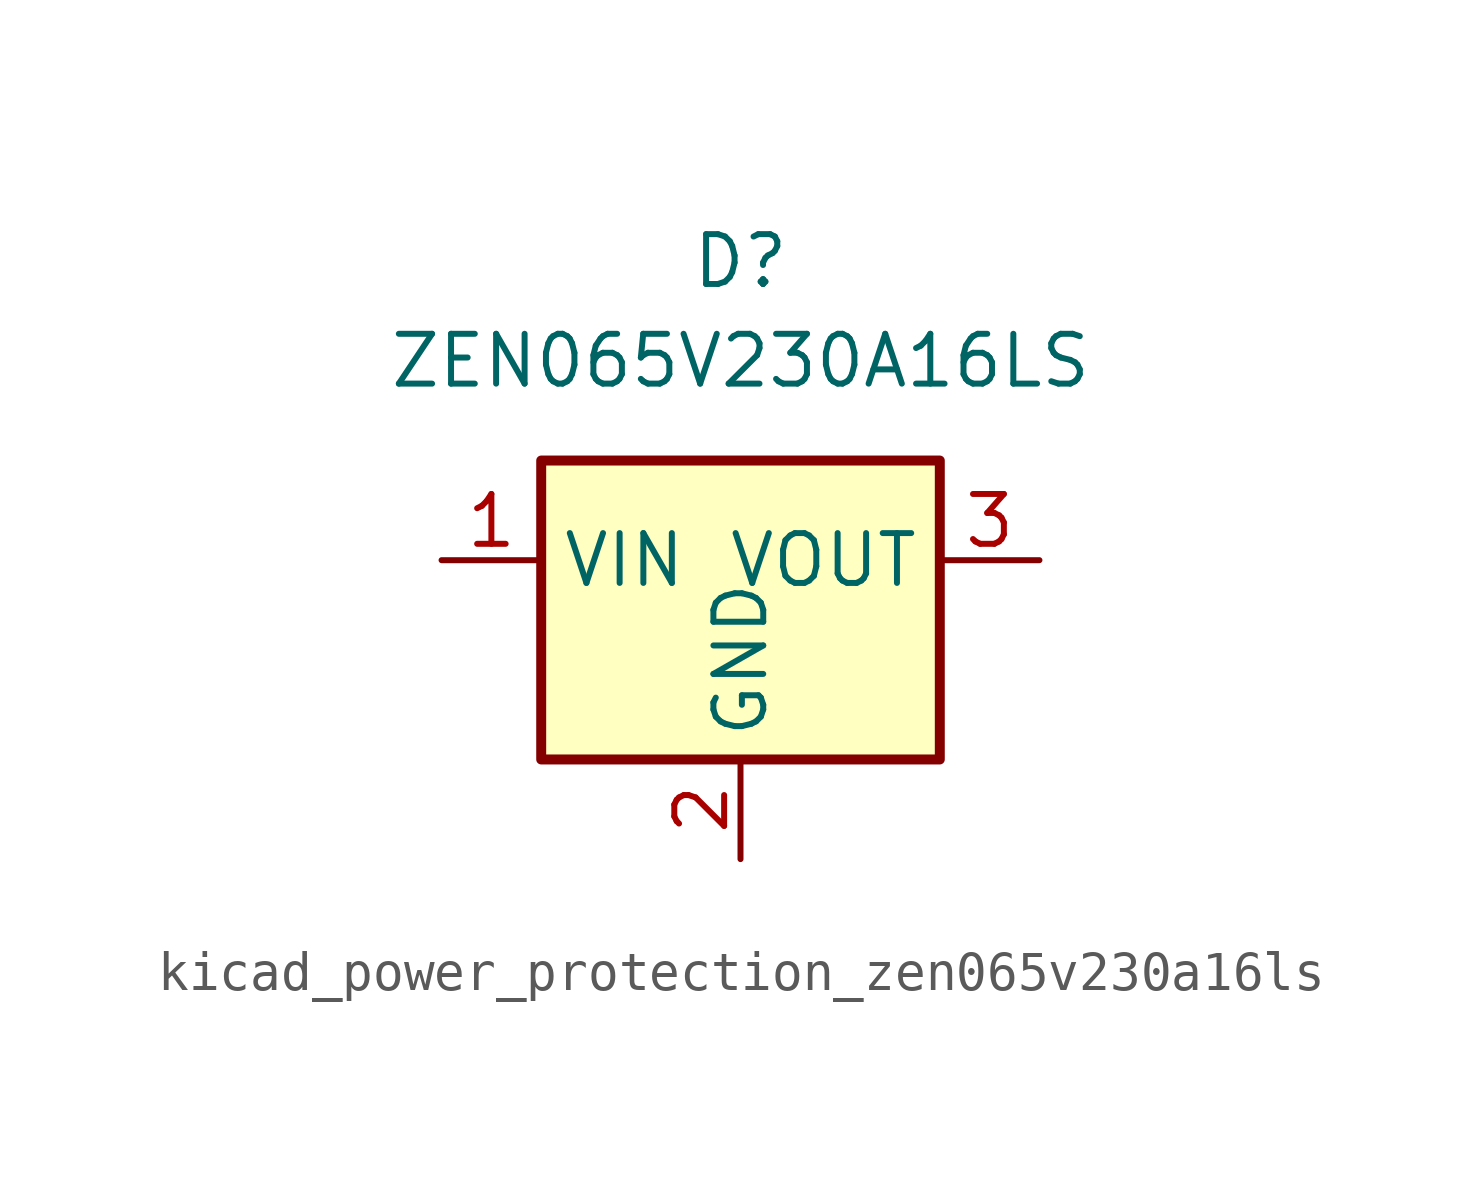
<source format=kicad_sym>
(kicad_symbol_lib
  (version 20220914)
  (generator kicad_symbol_editor)
  (symbol "kicad_power_protection_zen065v230a16ls"
    (property "Reference" "D"
      (at 0 10.16 0)
      (effects (font (size 1.27 1.27))))
    (property "Value" "ZEN065V230A16LS"
      (at 0 7.62 0)
      (effects (font (size 1.27 1.27))))
    (symbol "kicad_power_protection_zen065v230a16ls_0_1"
      (rectangle (start -5.08 5.08) (end 5.08 -2.54) (stroke (width 0.254) (type default)) (fill (type background))))
    (symbol "kicad_power_protection_zen065v230a16ls_1_1"
      (pin passive line (at -7.62 2.54 0) (length 2.54) (name "VIN" (effects (font (size 1.27 1.27)))) (number "1" (effects (font (size 1.27 1.27)))))
      (pin power_in line (at 0 -5.08 90) (length 2.54) (name "GND" (effects (font (size 1.27 1.27)))) (number "2" (effects (font (size 1.27 1.27)))))
      (pin passive line (at 7.62 2.54 180) (length 2.54) (name "VOUT" (effects (font (size 1.27 1.27)))) (number "3" (effects (font (size 1.27 1.27))))))))
</source>
